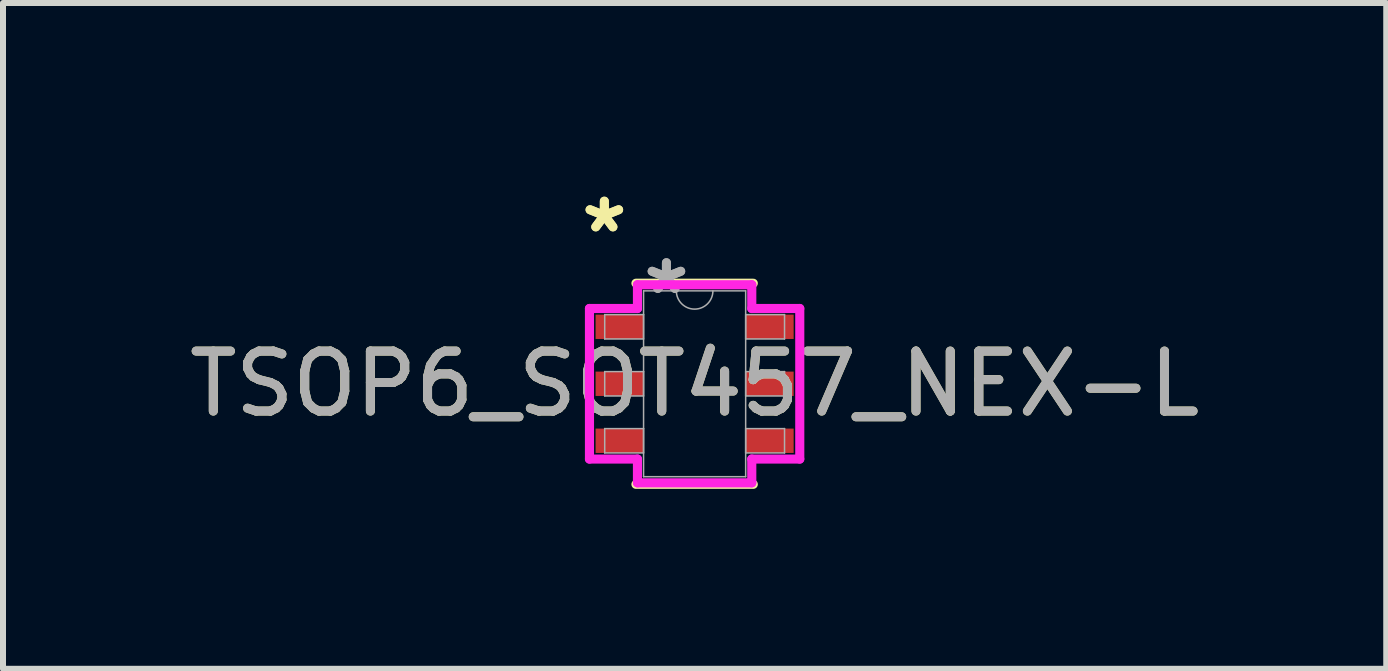
<source format=kicad_pcb>
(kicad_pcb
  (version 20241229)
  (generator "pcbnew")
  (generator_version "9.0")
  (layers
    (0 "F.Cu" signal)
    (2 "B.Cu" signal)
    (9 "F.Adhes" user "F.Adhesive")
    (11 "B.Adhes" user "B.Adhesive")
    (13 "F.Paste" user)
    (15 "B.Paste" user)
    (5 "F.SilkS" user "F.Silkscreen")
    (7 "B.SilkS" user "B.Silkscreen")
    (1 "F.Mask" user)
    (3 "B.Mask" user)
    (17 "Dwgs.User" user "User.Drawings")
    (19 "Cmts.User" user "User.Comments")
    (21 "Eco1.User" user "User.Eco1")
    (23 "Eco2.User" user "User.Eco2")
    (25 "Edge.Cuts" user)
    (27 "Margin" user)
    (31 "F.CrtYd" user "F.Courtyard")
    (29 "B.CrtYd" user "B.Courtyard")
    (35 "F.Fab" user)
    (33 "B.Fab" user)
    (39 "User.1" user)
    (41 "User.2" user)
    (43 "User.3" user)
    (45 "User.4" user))
  (footprint "TSOP6_SOT457_NEX-L"
    (layer "F.Cu")
    (at 8.53 3.348)
    (property "Reference" "TSOP6_SOT457_NEX-L" (at 0 0 0) (unlocked yes) (layer "F.SilkS") (effects (font (size 1 1) (thickness 0.15))))
    (attr smd)
    (fp_line (start -0.978 1.676) (end 0.978 1.676) (stroke (width 0.152) (type solid)) (layer "F.SilkS"))
    (fp_line (start 0.978 -1.676) (end -0.978 -1.676) (stroke (width 0.152) (type solid)) (layer "F.SilkS"))
    (fp_line (start -1.753 -1.255) (end -0.953 -1.255) (stroke (width 0.152) (type solid)) (layer "F.CrtYd"))
    (fp_line (start -1.753 1.255) (end -1.753 -1.255) (stroke (width 0.152) (type solid)) (layer "F.CrtYd"))
    (fp_line (start -1.753 1.255) (end -0.953 1.255) (stroke (width 0.152) (type solid)) (layer "F.CrtYd"))
    (fp_line (start -0.953 -1.651) (end 0.953 -1.651) (stroke (width 0.152) (type solid)) (layer "F.CrtYd"))
    (fp_line (start -0.953 -1.255) (end -0.953 -1.651) (stroke (width 0.152) (type solid)) (layer "F.CrtYd"))
    (fp_line (start -0.953 1.651) (end -0.953 1.255) (stroke (width 0.152) (type solid)) (layer "F.CrtYd"))
    (fp_line (start 0.953 -1.651) (end 0.953 -1.255) (stroke (width 0.152) (type solid)) (layer "F.CrtYd"))
    (fp_line (start 0.953 1.255) (end 0.953 1.651) (stroke (width 0.152) (type solid)) (layer "F.CrtYd"))
    (fp_line (start 0.953 1.651) (end -0.953 1.651) (stroke (width 0.152) (type solid)) (layer "F.CrtYd"))
    (fp_line (start 1.753 -1.255) (end 0.953 -1.255) (stroke (width 0.152) (type solid)) (layer "F.CrtYd"))
    (fp_line (start 1.753 -1.255) (end 1.753 1.255) (stroke (width 0.152) (type solid)) (layer "F.CrtYd"))
    (fp_line (start 1.753 1.255) (end 0.953 1.255) (stroke (width 0.152) (type solid)) (layer "F.CrtYd"))
    (fp_line (start -1.499 -1.153) (end -1.499 -0.747) (stroke (width 0.025) (type solid)) (layer "F.Fab"))
    (fp_line (start -1.499 -0.747) (end -0.851 -0.747) (stroke (width 0.025) (type solid)) (layer "F.Fab"))
    (fp_line (start -1.499 -0.203) (end -1.499 0.203) (stroke (width 0.025) (type solid)) (layer "F.Fab"))
    (fp_line (start -1.499 0.203) (end -0.851 0.203) (stroke (width 0.025) (type solid)) (layer "F.Fab"))
    (fp_line (start -1.499 0.747) (end -1.499 1.153) (stroke (width 0.025) (type solid)) (layer "F.Fab"))
    (fp_line (start -1.499 1.153) (end -0.851 1.153) (stroke (width 0.025) (type solid)) (layer "F.Fab"))
    (fp_line (start -0.851 -1.549) (end -0.851 1.549) (stroke (width 0.025) (type solid)) (layer "F.Fab"))
    (fp_line (start -0.851 -1.153) (end -1.499 -1.153) (stroke (width 0.025) (type solid)) (layer "F.Fab"))
    (fp_line (start -0.851 -0.747) (end -0.851 -1.153) (stroke (width 0.025) (type solid)) (layer "F.Fab"))
    (fp_line (start -0.851 -0.203) (end -1.499 -0.203) (stroke (width 0.025) (type solid)) (layer "F.Fab"))
    (fp_line (start -0.851 0.203) (end -0.851 -0.203) (stroke (width 0.025) (type solid)) (layer "F.Fab"))
    (fp_line (start -0.851 0.747) (end -1.499 0.747) (stroke (width 0.025) (type solid)) (layer "F.Fab"))
    (fp_line (start -0.851 1.153) (end -0.851 0.747) (stroke (width 0.025) (type solid)) (layer "F.Fab"))
    (fp_line (start -0.851 1.549) (end 0.851 1.549) (stroke (width 0.025) (type solid)) (layer "F.Fab"))
    (fp_line (start 0.851 -1.549) (end -0.851 -1.549) (stroke (width 0.025) (type solid)) (layer "F.Fab"))
    (fp_line (start 0.851 -1.153) (end 0.851 -0.747) (stroke (width 0.025) (type solid)) (layer "F.Fab"))
    (fp_line (start 0.851 -0.747) (end 1.499 -0.747) (stroke (width 0.025) (type solid)) (layer "F.Fab"))
    (fp_line (start 0.851 -0.203) (end 0.851 0.203) (stroke (width 0.025) (type solid)) (layer "F.Fab"))
    (fp_line (start 0.851 0.203) (end 1.499 0.203) (stroke (width 0.025) (type solid)) (layer "F.Fab"))
    (fp_line (start 0.851 0.747) (end 0.851 1.153) (stroke (width 0.025) (type solid)) (layer "F.Fab"))
    (fp_line (start 0.851 1.153) (end 1.499 1.153) (stroke (width 0.025) (type solid)) (layer "F.Fab"))
    (fp_line (start 0.851 1.549) (end 0.851 -1.549) (stroke (width 0.025) (type solid)) (layer "F.Fab"))
    (fp_line (start 1.499 -1.153) (end 0.851 -1.153) (stroke (width 0.025) (type solid)) (layer "F.Fab"))
    (fp_line (start 1.499 -0.747) (end 1.499 -1.153) (stroke (width 0.025) (type solid)) (layer "F.Fab"))
    (fp_line (start 1.499 -0.203) (end 0.851 -0.203) (stroke (width 0.025) (type solid)) (layer "F.Fab"))
    (fp_line (start 1.499 0.203) (end 1.499 -0.203) (stroke (width 0.025) (type solid)) (layer "F.Fab"))
    (fp_line (start 1.499 0.747) (end 0.851 0.747) (stroke (width 0.025) (type solid)) (layer "F.Fab"))
    (fp_line (start 1.499 1.153) (end 1.499 0.747) (stroke (width 0.025) (type solid)) (layer "F.Fab"))
    (fp_arc (start 0.3048 -1.5494) (mid 0 -1.2446) (end -0.3048 -1.5494) (stroke (width 0.0254) (type solid)) (layer "F.Fab"))
    (fp_text user "*" (at -1.505 -2.499 0) (layer "F.SilkS") (effects (font (size 1 1) (thickness 0.15))))
    (fp_text user "*" (at -1.505 -2.499 0) (unlocked yes) (layer "F.SilkS") (effects (font (size 1 1) (thickness 0.15))))
    (fp_text user "${REFERENCE}" (at 0 0 0) (unlocked yes) (layer "F.Fab") (effects (font (size 1 1) (thickness 0.15))))
    (fp_text user "*" (at -0.47 -1.473 0) (layer "F.Fab") (effects (font (size 1 1) (thickness 0.15))))
    (fp_text user "*" (at -0.47 -1.473 0) (unlocked yes) (layer "F.Fab") (effects (font (size 1 1) (thickness 0.15))))
    (pad "1" smd rect (at -1.251 -0.95) (size 0.8 0.406) (layers "F.Cu" "F.Mask" "F.Paste"))
    (pad "2" smd rect (at -1.251 0) (size 0.8 0.406) (layers "F.Cu" "F.Mask" "F.Paste"))
    (pad "3" smd rect (at -1.251 0.95) (size 0.8 0.406) (layers "F.Cu" "F.Mask" "F.Paste"))
    (pad "4" smd rect (at 1.251 0.95) (size 0.8 0.406) (layers "F.Cu" "F.Mask" "F.Paste"))
    (pad "5" smd rect (at 1.251 0) (size 0.8 0.406) (layers "F.Cu" "F.Mask" "F.Paste"))
    (pad "6" smd rect (at 1.251 -0.95) (size 0.8 0.406) (layers "F.Cu" "F.Mask" "F.Paste")))
  (gr_rect
    (start -3 -3)
    (end 20.06 8.1)
    (stroke (width 0.1) (type default))
    (fill no)
    (layer "Edge.Cuts")))
</source>
